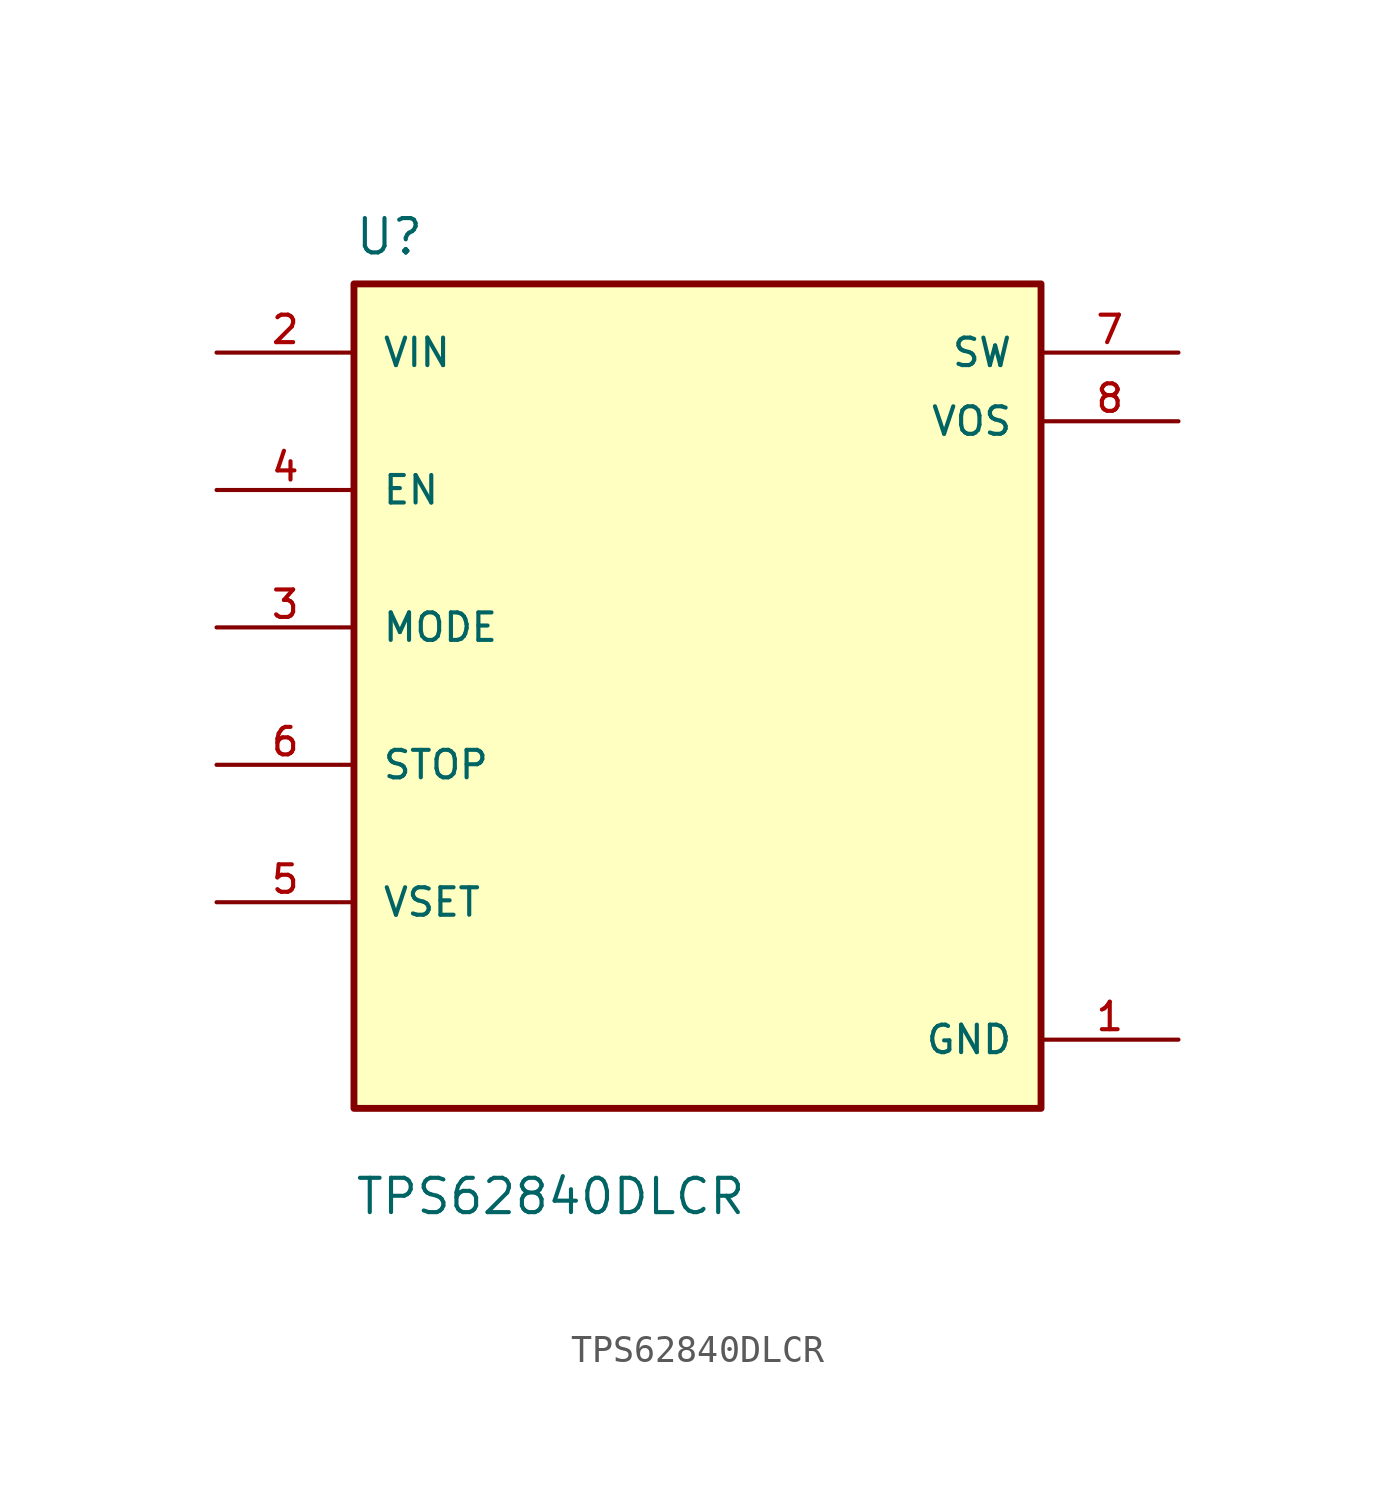
<source format=kicad_sym>
(kicad_symbol_lib
  (version 20211014)
  (generator kicad_symbol_editor)
  (symbol "TPS62840DLCR"
    (pin_names
      (offset 1.016))
    (property "Reference" "U"
      (at -12.7 16.24 0.0)
      (effects (font (size 1.27 1.27)) (justify bottom left)))
    (property "Value" "TPS62840DLCR"
      (at -12.7 -19.24 0.0)
      (effects (font (size 1.27 1.27)) (justify bottom left)))
    (symbol "TPS62840DLCR_0_0"
      (rectangle (start -12.7 -15.24) (end 12.7 15.24) (stroke (width 0.254)) (fill (type background)))
      (pin input line (at -17.78 7.62 0) (length 5.08) (name "EN" (effects (font (size 1.016 1.016)))) (number "4" (effects (font (size 1.016 1.016)))))
      (pin input line (at -17.78 2.54 0) (length 5.08) (name "MODE" (effects (font (size 1.016 1.016)))) (number "3" (effects (font (size 1.016 1.016)))))
      (pin input line (at -17.78 -2.54 0) (length 5.08) (name "STOP" (effects (font (size 1.016 1.016)))) (number "6" (effects (font (size 1.016 1.016)))))
      (pin input line (at 17.78 10.16 180.0) (length 5.08) (name "VOS" (effects (font (size 1.016 1.016)))) (number "8" (effects (font (size 1.016 1.016)))))
      (pin input line (at -17.78 -7.62 0) (length 5.08) (name "VSET" (effects (font (size 1.016 1.016)))) (number "5" (effects (font (size 1.016 1.016)))))
      (pin power_in line (at 17.78 -12.7 180.0) (length 5.08) (name "GND" (effects (font (size 1.016 1.016)))) (number "1" (effects (font (size 1.016 1.016)))))
      (pin power_in line (at 17.78 12.7 180.0) (length 5.08) (name "SW" (effects (font (size 1.016 1.016)))) (number "7" (effects (font (size 1.016 1.016)))))
      (pin power_in line (at -17.78 12.7 0) (length 5.08) (name "VIN" (effects (font (size 1.016 1.016)))) (number "2" (effects (font (size 1.016 1.016))))))))
</source>
